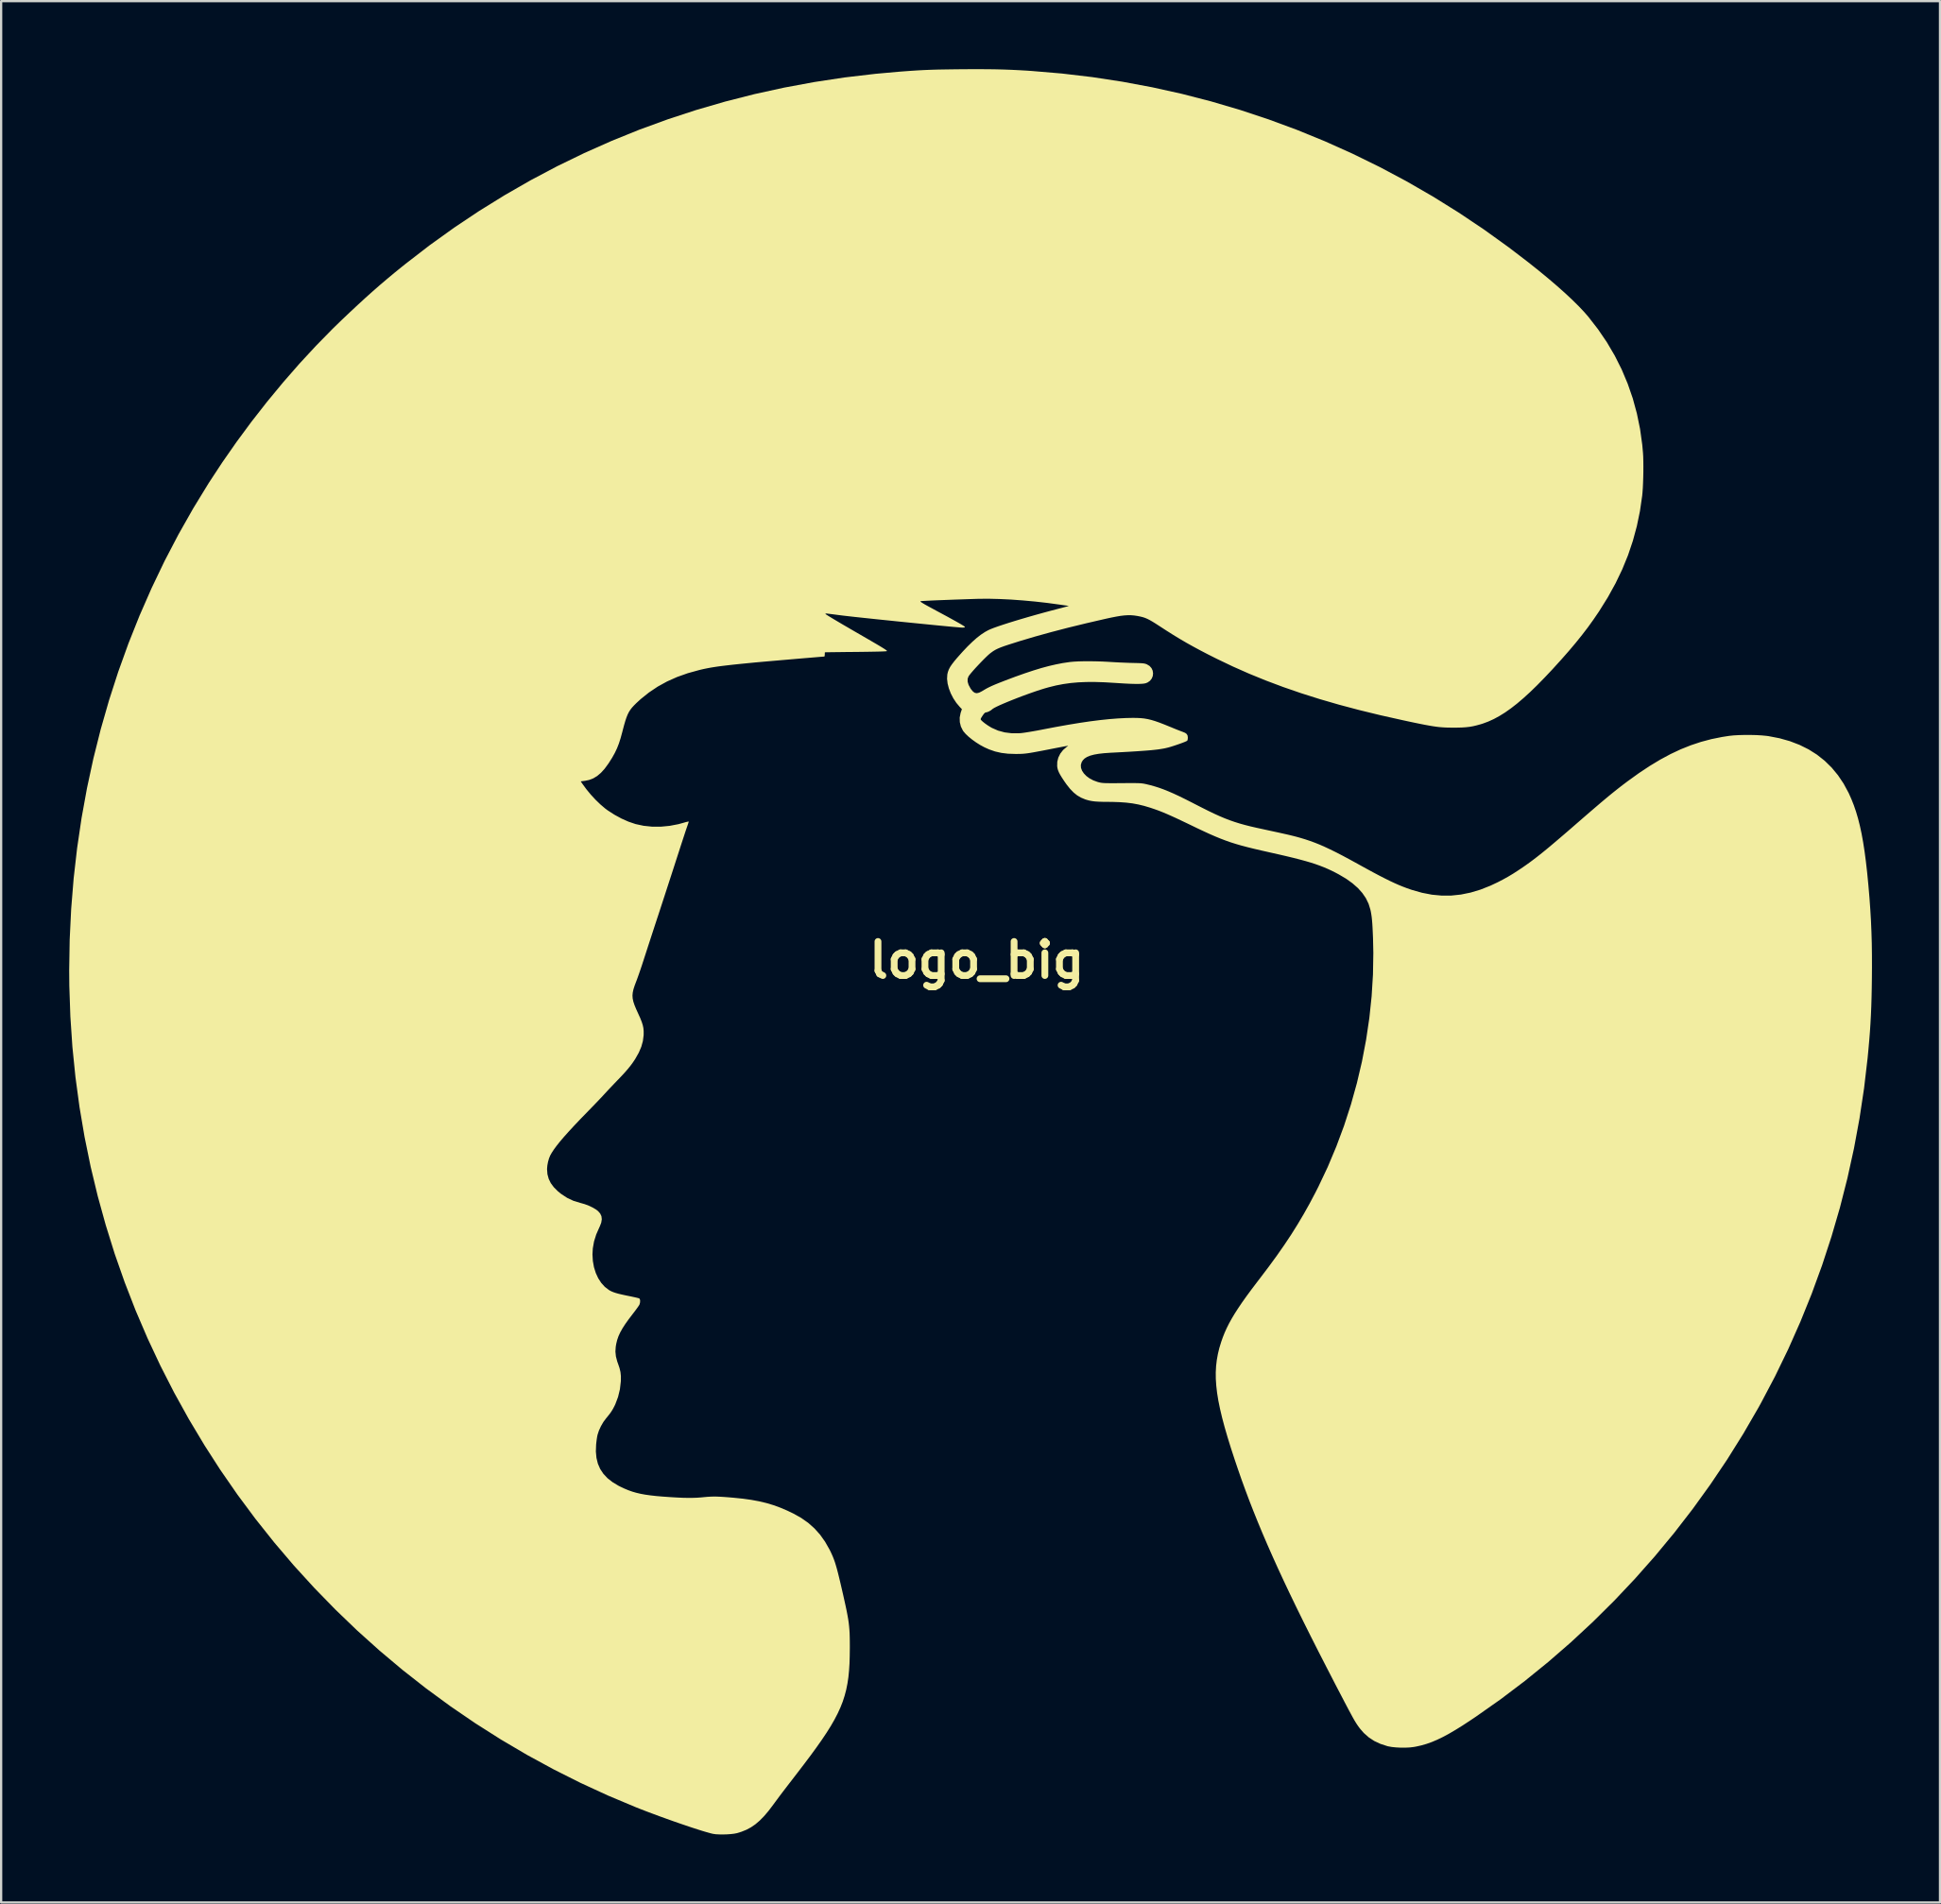
<source format=kicad_pcb>
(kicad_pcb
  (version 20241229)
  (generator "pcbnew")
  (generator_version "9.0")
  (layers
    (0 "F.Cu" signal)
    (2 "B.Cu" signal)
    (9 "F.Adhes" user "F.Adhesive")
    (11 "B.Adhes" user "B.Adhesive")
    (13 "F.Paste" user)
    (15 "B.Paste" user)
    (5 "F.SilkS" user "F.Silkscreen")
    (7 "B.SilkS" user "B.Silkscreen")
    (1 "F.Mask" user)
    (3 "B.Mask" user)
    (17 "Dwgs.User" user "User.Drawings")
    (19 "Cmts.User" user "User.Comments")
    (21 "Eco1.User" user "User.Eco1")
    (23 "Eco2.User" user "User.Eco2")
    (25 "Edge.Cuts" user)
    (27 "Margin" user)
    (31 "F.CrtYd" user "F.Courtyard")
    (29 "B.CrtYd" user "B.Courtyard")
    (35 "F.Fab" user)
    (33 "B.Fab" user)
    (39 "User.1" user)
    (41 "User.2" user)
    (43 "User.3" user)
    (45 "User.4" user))
  (footprint "logo_big"
    (layer "F.Cu")
    (at 40.015 39.282)
    (property "Reference" "logo_big" (at 0 0 0) (layer "F.SilkS") (effects (font (size 1.5 1.5) (thickness 0.3))))
    (attr board_only exclude_from_pos_files exclude_from_bom)
    (fp_poly (pts (xy 0.51 -39.28) (xy 0.86 -39.275) (xy 1.195 -39.266) (xy 1.522 -39.254) (xy 1.85 -39.238) (xy 2.186 -39.219) (xy 2.405 -39.204) (xy 3.754 -39.09) (xy 5.093 -38.932) (xy 6.421 -38.729) (xy 7.737 -38.483) (xy 9.04 -38.194) (xy 10.33 -37.861) (xy 11.607 -37.485) (xy 12.869 -37.066) (xy 14.115 -36.606) (xy 15.346 -36.103) (xy 16.56 -35.558) (xy 17.757 -34.971) (xy 18.935 -34.344) (xy 20.095 -33.675) (xy 21.234 -32.966) (xy 22.354 -32.216) (xy 23.453 -31.425) (xy 24.306 -30.773) (xy 24.764 -30.408) (xy 25.189 -30.058) (xy 25.58 -29.724) (xy 25.936 -29.407) (xy 26.256 -29.108) (xy 26.538 -28.829) (xy 26.783 -28.569) (xy 26.955 -28.371) (xy 27.385 -27.818) (xy 27.775 -27.246) (xy 28.123 -26.654) (xy 28.43 -26.043) (xy 28.695 -25.413) (xy 28.919 -24.766) (xy 29.1 -24.101) (xy 29.24 -23.419) (xy 29.337 -22.721) (xy 29.369 -22.368) (xy 29.379 -22.198) (xy 29.384 -21.994) (xy 29.386 -21.767) (xy 29.385 -21.526) (xy 29.38 -21.281) (xy 29.372 -21.042) (xy 29.362 -20.819) (xy 29.348 -20.623) (xy 29.334 -20.475) (xy 29.235 -19.794) (xy 29.098 -19.133) (xy 28.923 -18.487) (xy 28.71 -17.854) (xy 28.455 -17.23) (xy 28.159 -16.613) (xy 27.82 -15.998) (xy 27.436 -15.383) (xy 27.419 -15.357) (xy 27.184 -15.012) (xy 26.941 -14.674) (xy 26.682 -14.336) (xy 26.404 -13.99) (xy 26.1 -13.63) (xy 25.765 -13.249) (xy 25.753 -13.236) (xy 25.382 -12.827) (xy 25.032 -12.456) (xy 24.703 -12.12) (xy 24.392 -11.818) (xy 24.097 -11.549) (xy 23.816 -11.31) (xy 23.546 -11.1) (xy 23.287 -10.917) (xy 23.035 -10.761) (xy 22.79 -10.628) (xy 22.548 -10.518) (xy 22.308 -10.429) (xy 22.212 -10.399) (xy 22.038 -10.351) (xy 21.879 -10.313) (xy 21.724 -10.286) (xy 21.562 -10.268) (xy 21.382 -10.256) (xy 21.174 -10.251) (xy 21.034 -10.25) (xy 20.886 -10.251) (xy 20.751 -10.253) (xy 20.623 -10.258) (xy 20.497 -10.266) (xy 20.369 -10.277) (xy 20.234 -10.294) (xy 20.086 -10.316) (xy 19.922 -10.344) (xy 19.737 -10.378) (xy 19.525 -10.42) (xy 19.282 -10.47) (xy 19.003 -10.529) (xy 18.754 -10.583) (xy 17.784 -10.8) (xy 16.857 -11.026) (xy 15.968 -11.262) (xy 15.116 -11.509) (xy 14.296 -11.769) (xy 13.507 -12.041) (xy 12.745 -12.327) (xy 12.007 -12.628) (xy 11.29 -12.945) (xy 10.591 -13.279) (xy 10.557 -13.296) (xy 10.189 -13.481) (xy 9.855 -13.655) (xy 9.545 -13.822) (xy 9.249 -13.987) (xy 8.959 -14.157) (xy 8.666 -14.335) (xy 8.36 -14.528) (xy 8.075 -14.713) (xy 7.898 -14.828) (xy 7.75 -14.92) (xy 7.625 -14.992) (xy 7.516 -15.047) (xy 7.414 -15.09) (xy 7.313 -15.123) (xy 7.205 -15.149) (xy 7.084 -15.173) (xy 7.067 -15.176) (xy 6.93 -15.196) (xy 6.795 -15.207) (xy 6.655 -15.207) (xy 6.504 -15.198) (xy 6.335 -15.178) (xy 6.141 -15.145) (xy 5.917 -15.101) (xy 5.677 -15.049) (xy 4.833 -14.854) (xy 4.033 -14.659) (xy 3.277 -14.462) (xy 2.565 -14.265) (xy 1.895 -14.066) (xy 1.391 -13.906) (xy 1.202 -13.843) (xy 1.05 -13.787) (xy 0.924 -13.734) (xy 0.818 -13.681) (xy 0.723 -13.624) (xy 0.63 -13.557) (xy 0.581 -13.52) (xy 0.508 -13.457) (xy 0.414 -13.368) (xy 0.305 -13.261) (xy 0.189 -13.142) (xy 0.069 -13.016) (xy -0.048 -12.891) (xy -0.155 -12.772) (xy -0.247 -12.665) (xy -0.318 -12.578) (xy -0.362 -12.516) (xy -0.363 -12.516) (xy -0.405 -12.404) (xy -0.405 -12.277) (xy -0.363 -12.135) (xy -0.28 -11.982) (xy -0.246 -11.933) (xy -0.166 -11.839) (xy -0.086 -11.784) (xy 0.000298 -11.769) (xy 0.1 -11.792) (xy 0.219 -11.852) (xy 0.244 -11.867) (xy 0.346 -11.928) (xy 0.446 -11.985) (xy 0.551 -12.038) (xy 0.668 -12.093) (xy 0.805 -12.152) (xy 0.967 -12.218) (xy 1.162 -12.294) (xy 1.261 -12.333) (xy 1.706 -12.5) (xy 2.115 -12.645) (xy 2.494 -12.771) (xy 2.846 -12.878) (xy 3.176 -12.967) (xy 3.488 -13.039) (xy 3.786 -13.097) (xy 4.076 -13.14) (xy 4.112 -13.145) (xy 4.277 -13.16) (xy 4.48 -13.171) (xy 4.714 -13.177) (xy 4.969 -13.178) (xy 5.24 -13.174) (xy 5.517 -13.166) (xy 5.794 -13.152) (xy 5.907 -13.145) (xy 6.096 -13.134) (xy 6.31 -13.123) (xy 6.529 -13.114) (xy 6.736 -13.106) (xy 6.899 -13.102) (xy 7.062 -13.098) (xy 7.187 -13.094) (xy 7.281 -13.089) (xy 7.352 -13.082) (xy 7.406 -13.072) (xy 7.452 -13.059) (xy 7.496 -13.042) (xy 7.5 -13.04) (xy 7.617 -12.969) (xy 7.701 -12.874) (xy 7.752 -12.764) (xy 7.77 -12.645) (xy 7.757 -12.527) (xy 7.712 -12.415) (xy 7.636 -12.317) (xy 7.53 -12.242) (xy 7.448 -12.209) (xy 7.373 -12.193) (xy 7.271 -12.183) (xy 7.141 -12.178) (xy 6.978 -12.178) (xy 6.78 -12.183) (xy 6.545 -12.194) (xy 6.269 -12.211) (xy 6.079 -12.223) (xy 5.628 -12.25) (xy 5.214 -12.263) (xy 4.831 -12.262) (xy 4.474 -12.247) (xy 4.136 -12.217) (xy 3.811 -12.171) (xy 3.493 -12.11) (xy 3.176 -12.032) (xy 3.002 -11.983) (xy 2.824 -11.928) (xy 2.628 -11.864) (xy 2.42 -11.792) (xy 2.204 -11.715) (xy 1.984 -11.634) (xy 1.767 -11.551) (xy 1.556 -11.468) (xy 1.357 -11.387) (xy 1.175 -11.311) (xy 1.013 -11.24) (xy 0.878 -11.177) (xy 0.774 -11.124) (xy 0.706 -11.082) (xy 0.687 -11.067) (xy 0.618 -11.012) (xy 0.533 -10.964) (xy 0.449 -10.931) (xy 0.396 -10.922) (xy 0.358 -10.906) (xy 0.31 -10.858) (xy 0.25 -10.773) (xy 0.202 -10.698) (xy 0.176 -10.65) (xy 0.17 -10.62) (xy 0.179 -10.596) (xy 0.196 -10.576) (xy 0.266 -10.51) (xy 0.365 -10.432) (xy 0.48 -10.351) (xy 0.599 -10.277) (xy 0.665 -10.239) (xy 0.936 -10.12) (xy 1.229 -10.041) (xy 1.542 -10.002) (xy 1.874 -10.004) (xy 1.949 -10.009) (xy 2.042 -10.02) (xy 2.171 -10.039) (xy 2.328 -10.064) (xy 2.503 -10.094) (xy 2.688 -10.127) (xy 2.876 -10.163) (xy 2.905 -10.169) (xy 3.484 -10.28) (xy 4.023 -10.376) (xy 4.526 -10.459) (xy 4.994 -10.528) (xy 5.43 -10.583) (xy 5.839 -10.626) (xy 6.222 -10.656) (xy 6.582 -10.674) (xy 6.874 -10.68) (xy 7.056 -10.678) (xy 7.221 -10.67) (xy 7.377 -10.654) (xy 7.531 -10.628) (xy 7.69 -10.59) (xy 7.86 -10.539) (xy 8.049 -10.473) (xy 8.264 -10.39) (xy 8.512 -10.289) (xy 8.55 -10.274) (xy 8.685 -10.218) (xy 8.815 -10.165) (xy 8.93 -10.12) (xy 9.021 -10.085) (xy 9.073 -10.066) (xy 9.183 -10.021) (xy 9.254 -9.968) (xy 9.292 -9.899) (xy 9.303 -9.808) (xy 9.297 -9.737) (xy 9.283 -9.686) (xy 9.274 -9.673) (xy 9.233 -9.65) (xy 9.157 -9.617) (xy 9.054 -9.577) (xy 8.933 -9.533) (xy 8.802 -9.488) (xy 8.67 -9.444) (xy 8.546 -9.405) (xy 8.437 -9.374) (xy 8.424 -9.371) (xy 8.329 -9.348) (xy 8.227 -9.327) (xy 8.113 -9.308) (xy 7.985 -9.289) (xy 7.839 -9.272) (xy 7.673 -9.255) (xy 7.482 -9.239) (xy 7.263 -9.223) (xy 7.013 -9.206) (xy 6.729 -9.188) (xy 6.407 -9.17) (xy 6.044 -9.151) (xy 5.905 -9.144) (xy 5.618 -9.124) (xy 5.374 -9.097) (xy 5.168 -9.061) (xy 4.998 -9.015) (xy 4.861 -8.959) (xy 4.753 -8.891) (xy 4.673 -8.81) (xy 4.62 -8.723) (xy 4.586 -8.602) (xy 4.593 -8.477) (xy 4.639 -8.352) (xy 4.72 -8.23) (xy 4.832 -8.115) (xy 4.972 -8.012) (xy 5.136 -7.925) (xy 5.322 -7.857) (xy 5.373 -7.843) (xy 5.422 -7.831) (xy 5.471 -7.821) (xy 5.525 -7.814) (xy 5.59 -7.808) (xy 5.67 -7.804) (xy 5.771 -7.802) (xy 5.899 -7.801) (xy 6.058 -7.801) (xy 6.254 -7.802) (xy 6.395 -7.803) (xy 6.615 -7.805) (xy 6.795 -7.805) (xy 6.941 -7.805) (xy 7.058 -7.804) (xy 7.152 -7.801) (xy 7.228 -7.797) (xy 7.292 -7.79) (xy 7.35 -7.782) (xy 7.406 -7.771) (xy 7.467 -7.758) (xy 7.664 -7.71) (xy 7.855 -7.656) (xy 8.047 -7.595) (xy 8.245 -7.523) (xy 8.454 -7.439) (xy 8.679 -7.341) (xy 8.926 -7.226) (xy 9.199 -7.092) (xy 9.505 -6.937) (xy 9.599 -6.888) (xy 9.919 -6.725) (xy 10.206 -6.581) (xy 10.466 -6.456) (xy 10.706 -6.347) (xy 10.931 -6.252) (xy 11.149 -6.168) (xy 11.365 -6.093) (xy 11.586 -6.024) (xy 11.818 -5.959) (xy 12.067 -5.896) (xy 12.34 -5.833) (xy 12.575 -5.782) (xy 12.859 -5.72) (xy 13.104 -5.667) (xy 13.313 -5.622) (xy 13.491 -5.582) (xy 13.643 -5.548) (xy 13.774 -5.518) (xy 13.888 -5.49) (xy 13.989 -5.465) (xy 14.082 -5.441) (xy 14.173 -5.416) (xy 14.265 -5.39) (xy 14.269 -5.389) (xy 14.481 -5.325) (xy 14.691 -5.255) (xy 14.901 -5.178) (xy 15.118 -5.091) (xy 15.345 -4.991) (xy 15.586 -4.878) (xy 15.848 -4.749) (xy 16.133 -4.601) (xy 16.447 -4.433) (xy 16.794 -4.243) (xy 16.838 -4.218) (xy 17.174 -4.033) (xy 17.474 -3.87) (xy 17.744 -3.727) (xy 17.988 -3.602) (xy 18.21 -3.492) (xy 18.415 -3.396) (xy 18.605 -3.312) (xy 18.787 -3.238) (xy 18.963 -3.171) (xy 19.139 -3.11) (xy 19.188 -3.094) (xy 19.63 -2.969) (xy 20.064 -2.885) (xy 20.492 -2.845) (xy 20.917 -2.846) (xy 21.342 -2.891) (xy 21.769 -2.978) (xy 22.202 -3.108) (xy 22.643 -3.282) (xy 22.963 -3.433) (xy 23.2 -3.556) (xy 23.42 -3.678) (xy 23.64 -3.81) (xy 23.874 -3.961) (xy 23.929 -3.998) (xy 24.079 -4.099) (xy 24.224 -4.2) (xy 24.37 -4.305) (xy 24.518 -4.415) (xy 24.673 -4.533) (xy 24.836 -4.661) (xy 25.011 -4.802) (xy 25.202 -4.959) (xy 25.41 -5.134) (xy 25.64 -5.329) (xy 25.895 -5.547) (xy 26.177 -5.79) (xy 26.489 -6.062) (xy 26.506 -6.076) (xy 26.799 -6.331) (xy 27.062 -6.558) (xy 27.299 -6.761) (xy 27.512 -6.943) (xy 27.706 -7.106) (xy 27.884 -7.254) (xy 28.05 -7.389) (xy 28.208 -7.515) (xy 28.361 -7.635) (xy 28.512 -7.751) (xy 28.666 -7.867) (xy 28.694 -7.888) (xy 29.188 -8.244) (xy 29.665 -8.56) (xy 30.129 -8.84) (xy 30.583 -9.084) (xy 31.032 -9.295) (xy 31.48 -9.474) (xy 31.929 -9.623) (xy 32.385 -9.744) (xy 32.851 -9.838) (xy 33.164 -9.887) (xy 33.363 -9.908) (xy 33.595 -9.921) (xy 33.846 -9.928) (xy 34.105 -9.928) (xy 34.361 -9.922) (xy 34.601 -9.908) (xy 34.813 -9.888) (xy 34.903 -9.876) (xy 35.39 -9.782) (xy 35.847 -9.653) (xy 36.274 -9.489) (xy 36.672 -9.291) (xy 37.039 -9.059) (xy 37.378 -8.791) (xy 37.686 -8.49) (xy 37.964 -8.154) (xy 38.213 -7.783) (xy 38.432 -7.378) (xy 38.444 -7.353) (xy 38.559 -7.095) (xy 38.665 -6.827) (xy 38.762 -6.543) (xy 38.851 -6.242) (xy 38.932 -5.92) (xy 39.007 -5.573) (xy 39.075 -5.198) (xy 39.138 -4.792) (xy 39.196 -4.351) (xy 39.251 -3.871) (xy 39.302 -3.349) (xy 39.307 -3.295) (xy 39.353 -2.758) (xy 39.39 -2.244) (xy 39.42 -1.744) (xy 39.441 -1.247) (xy 39.456 -0.743) (xy 39.463 -0.221) (xy 39.464 0.328) (xy 39.461 0.764) (xy 39.455 1.225) (xy 39.446 1.649) (xy 39.434 2.046) (xy 39.418 2.424) (xy 39.398 2.793) (xy 39.374 3.161) (xy 39.344 3.538) (xy 39.309 3.931) (xy 39.273 4.309) (xy 39.116 5.649) (xy 38.915 6.98) (xy 38.671 8.301) (xy 38.383 9.61) (xy 38.053 10.907) (xy 37.679 12.19) (xy 37.264 13.458) (xy 36.807 14.71) (xy 36.308 15.945) (xy 35.768 17.162) (xy 35.187 18.36) (xy 34.566 19.537) (xy 34.457 19.734) (xy 33.789 20.886) (xy 33.083 22.015) (xy 32.339 23.12) (xy 31.56 24.2) (xy 30.745 25.254) (xy 29.896 26.28) (xy 29.014 27.277) (xy 28.101 28.244) (xy 27.158 29.179) (xy 26.185 30.082) (xy 25.184 30.951) (xy 24.156 31.785) (xy 23.102 32.583) (xy 22.024 33.342) (xy 21.768 33.514) (xy 21.424 33.74) (xy 21.109 33.936) (xy 20.819 34.106) (xy 20.55 34.251) (xy 20.297 34.373) (xy 20.057 34.475) (xy 19.825 34.557) (xy 19.597 34.623) (xy 19.368 34.674) (xy 19.268 34.692) (xy 19.095 34.713) (xy 18.898 34.723) (xy 18.691 34.723) (xy 18.485 34.712) (xy 18.296 34.693) (xy 18.135 34.664) (xy 18.105 34.657) (xy 17.797 34.557) (xy 17.523 34.429) (xy 17.279 34.269) (xy 17.062 34.077) (xy 16.911 33.905) (xy 16.856 33.834) (xy 16.805 33.764) (xy 16.754 33.689) (xy 16.701 33.606) (xy 16.643 33.51) (xy 16.578 33.395) (xy 16.503 33.257) (xy 16.414 33.093) (xy 16.31 32.896) (xy 16.211 32.708) (xy 15.804 31.927) (xy 15.42 31.183) (xy 15.057 30.474) (xy 14.714 29.797) (xy 14.391 29.149) (xy 14.087 28.53) (xy 13.8 27.936) (xy 13.53 27.365) (xy 13.275 26.815) (xy 13.035 26.284) (xy 12.808 25.769) (xy 12.593 25.268) (xy 12.39 24.779) (xy 12.197 24.3) (xy 12.013 23.829) (xy 11.838 23.362) (xy 11.669 22.898) (xy 11.508 22.435) (xy 11.377 22.048) (xy 11.206 21.526) (xy 11.056 21.041) (xy 10.925 20.591) (xy 10.814 20.174) (xy 10.722 19.785) (xy 10.648 19.422) (xy 10.593 19.082) (xy 10.556 18.762) (xy 10.536 18.459) (xy 10.534 18.171) (xy 10.549 17.894) (xy 10.581 17.625) (xy 10.629 17.361) (xy 10.692 17.1) (xy 10.772 16.838) (xy 10.774 16.831) (xy 10.846 16.627) (xy 10.926 16.426) (xy 11.017 16.225) (xy 11.119 16.02) (xy 11.236 15.809) (xy 11.369 15.586) (xy 11.521 15.35) (xy 11.693 15.095) (xy 11.889 14.819) (xy 12.11 14.519) (xy 12.359 14.19) (xy 12.496 14.011) (xy 12.878 13.507) (xy 13.229 13.026) (xy 13.554 12.561) (xy 13.856 12.107) (xy 14.139 11.656) (xy 14.408 11.203) (xy 14.667 10.741) (xy 14.92 10.263) (xy 15.057 9.993) (xy 15.472 9.116) (xy 15.849 8.218) (xy 16.19 7.301) (xy 16.492 6.37) (xy 16.755 5.426) (xy 16.979 4.473) (xy 17.162 3.514) (xy 17.305 2.552) (xy 17.406 1.59) (xy 17.465 0.632) (xy 17.481 -0.32) (xy 17.467 -0.969) (xy 17.456 -1.223) (xy 17.446 -1.437) (xy 17.435 -1.618) (xy 17.422 -1.771) (xy 17.408 -1.904) (xy 17.391 -2.021) (xy 17.372 -2.13) (xy 17.351 -2.228) (xy 17.271 -2.485) (xy 17.153 -2.729) (xy 16.996 -2.959) (xy 16.799 -3.179) (xy 16.561 -3.388) (xy 16.281 -3.589) (xy 15.956 -3.781) (xy 15.801 -3.863) (xy 15.631 -3.948) (xy 15.462 -4.026) (xy 15.29 -4.099) (xy 15.111 -4.168) (xy 14.921 -4.236) (xy 14.715 -4.302) (xy 14.489 -4.368) (xy 14.239 -4.436) (xy 13.961 -4.507) (xy 13.651 -4.582) (xy 13.305 -4.662) (xy 12.918 -4.749) (xy 12.901 -4.753) (xy 12.542 -4.834) (xy 12.221 -4.909) (xy 11.933 -4.98) (xy 11.67 -5.049) (xy 11.426 -5.12) (xy 11.194 -5.193) (xy 10.969 -5.272) (xy 10.744 -5.358) (xy 10.512 -5.453) (xy 10.266 -5.56) (xy 10.001 -5.682) (xy 9.71 -5.819) (xy 9.508 -5.917) (xy 9.224 -6.053) (xy 8.976 -6.171) (xy 8.759 -6.273) (xy 8.567 -6.36) (xy 8.396 -6.436) (xy 8.241 -6.502) (xy 8.096 -6.56) (xy 7.957 -6.613) (xy 7.818 -6.662) (xy 7.675 -6.71) (xy 7.636 -6.723) (xy 7.374 -6.801) (xy 7.118 -6.863) (xy 6.858 -6.911) (xy 6.585 -6.944) (xy 6.29 -6.965) (xy 5.965 -6.976) (xy 5.787 -6.977) (xy 5.562 -6.979) (xy 5.375 -6.985) (xy 5.217 -6.995) (xy 5.081 -7.012) (xy 4.96 -7.035) (xy 4.845 -7.066) (xy 4.776 -7.088) (xy 4.594 -7.164) (xy 4.425 -7.263) (xy 4.266 -7.391) (xy 4.11 -7.552) (xy 3.952 -7.751) (xy 3.852 -7.894) (xy 3.75 -8.049) (xy 3.673 -8.176) (xy 3.617 -8.282) (xy 3.579 -8.376) (xy 3.555 -8.463) (xy 3.542 -8.553) (xy 3.542 -8.554) (xy 3.547 -8.745) (xy 3.593 -8.93) (xy 3.68 -9.105) (xy 3.802 -9.263) (xy 3.958 -9.398) (xy 3.99 -9.42) (xy 4.006 -9.43) (xy 4.019 -9.439) (xy 4.024 -9.444) (xy 4.017 -9.447) (xy 3.995 -9.445) (xy 3.955 -9.439) (xy 3.892 -9.429) (xy 3.803 -9.412) (xy 3.683 -9.389) (xy 3.531 -9.36) (xy 3.34 -9.323) (xy 3.112 -9.278) (xy 2.875 -9.232) (xy 2.676 -9.195) (xy 2.51 -9.164) (xy 2.372 -9.14) (xy 2.254 -9.122) (xy 2.151 -9.109) (xy 2.057 -9.1) (xy 1.966 -9.094) (xy 1.873 -9.091) (xy 1.771 -9.09) (xy 1.699 -9.09) (xy 1.374 -9.101) (xy 1.079 -9.137) (xy 0.804 -9.2) (xy 0.539 -9.292) (xy 0.335 -9.384) (xy 0.151 -9.483) (xy -0.031 -9.598) (xy -0.203 -9.721) (xy -0.359 -9.847) (xy -0.49 -9.97) (xy -0.588 -10.084) (xy -0.614 -10.121) (xy -0.703 -10.301) (xy -0.75 -10.494) (xy -0.755 -10.693) (xy -0.716 -10.893) (xy -0.708 -10.919) (xy -0.658 -11.065) (xy -0.748 -11.159) (xy -0.902 -11.341) (xy -1.036 -11.543) (xy -1.147 -11.758) (xy -1.232 -11.978) (xy -1.288 -12.195) (xy -1.312 -12.402) (xy -1.301 -12.591) (xy -1.301 -12.595) (xy -1.275 -12.706) (xy -1.235 -12.814) (xy -1.176 -12.927) (xy -1.093 -13.049) (xy -0.984 -13.19) (xy -0.878 -13.316) (xy -0.633 -13.592) (xy -0.407 -13.831) (xy -0.197 -14.035) (xy -0.002 -14.208) (xy 0.184 -14.352) (xy 0.362 -14.469) (xy 0.502 -14.546) (xy 0.606 -14.593) (xy 0.751 -14.65) (xy 0.933 -14.715) (xy 1.148 -14.787) (xy 1.393 -14.866) (xy 1.663 -14.95) (xy 1.956 -15.038) (xy 2.267 -15.129) (xy 2.593 -15.222) (xy 2.93 -15.315) (xy 3.274 -15.408) (xy 3.591 -15.491) (xy 3.73 -15.527) (xy 3.852 -15.56) (xy 3.95 -15.586) (xy 4.019 -15.605) (xy 4.053 -15.616) (xy 4.055 -15.617) (xy 4.029 -15.62) (xy 3.965 -15.63) (xy 3.871 -15.643) (xy 3.754 -15.66) (xy 3.645 -15.676) (xy 3.105 -15.749) (xy 2.565 -15.81) (xy 2.029 -15.859) (xy 1.507 -15.897) (xy 1.005 -15.921) (xy 0.529 -15.933) (xy 0.088 -15.93) (xy -0.023 -15.927) (xy -0.354 -15.916) (xy -0.673 -15.905) (xy -0.976 -15.895) (xy -1.259 -15.884) (xy -1.521 -15.874) (xy -1.757 -15.865) (xy -1.966 -15.856) (xy -2.142 -15.847) (xy -2.285 -15.84) (xy -2.39 -15.834) (xy -2.454 -15.829) (xy -2.472 -15.826) (xy -2.484 -15.821) (xy -2.486 -15.812) (xy -2.473 -15.797) (xy -2.444 -15.775) (xy -2.395 -15.744) (xy -2.324 -15.701) (xy -2.227 -15.646) (xy -2.101 -15.577) (xy -1.944 -15.492) (xy -1.753 -15.388) (xy -1.537 -15.272) (xy -1.312 -15.151) (xy -1.11 -15.04) (xy -0.933 -14.942) (xy -0.786 -14.859) (xy -0.669 -14.791) (xy -0.586 -14.74) (xy -0.538 -14.708) (xy -0.528 -14.698) (xy -0.532 -14.676) (xy -0.56 -14.665) (xy -0.621 -14.661) (xy -0.645 -14.661) (xy -0.692 -14.663) (xy -0.78 -14.67) (xy -0.906 -14.681) (xy -1.067 -14.695) (xy -1.259 -14.713) (xy -1.478 -14.734) (xy -1.72 -14.757) (xy -1.983 -14.783) (xy -2.263 -14.811) (xy -2.555 -14.84) (xy -2.857 -14.87) (xy -3.164 -14.901) (xy -3.473 -14.932) (xy -3.781 -14.964) (xy -4.084 -14.995) (xy -4.378 -15.025) (xy -4.659 -15.055) (xy -4.925 -15.083) (xy -5.171 -15.109) (xy -5.394 -15.133) (xy -5.59 -15.155) (xy -5.756 -15.174) (xy -5.888 -15.189) (xy -5.951 -15.197) (xy -6.117 -15.218) (xy -6.27 -15.238) (xy -6.403 -15.255) (xy -6.511 -15.268) (xy -6.586 -15.278) (xy -6.623 -15.283) (xy -6.624 -15.283) (xy -6.665 -15.277) (xy -6.678 -15.265) (xy -6.66 -15.25) (xy -6.606 -15.215) (xy -6.519 -15.16) (xy -6.401 -15.088) (xy -6.257 -15.002) (xy -6.088 -14.902) (xy -5.899 -14.79) (xy -5.692 -14.67) (xy -5.471 -14.541) (xy -5.305 -14.445) (xy -5.031 -14.287) (xy -4.796 -14.151) (xy -4.595 -14.034) (xy -4.426 -13.935) (xy -4.288 -13.853) (xy -4.178 -13.786) (xy -4.093 -13.733) (xy -4.031 -13.692) (xy -3.989 -13.662) (xy -3.966 -13.641) (xy -3.959 -13.629) (xy -3.962 -13.624) (xy -3.994 -13.619) (xy -4.071 -13.613) (xy -4.191 -13.608) (xy -4.353 -13.603) (xy -4.556 -13.599) (xy -4.799 -13.595) (xy -5.081 -13.591) (xy -5.347 -13.588) (xy -5.59 -13.586) (xy -5.819 -13.584) (xy -6.03 -13.581) (xy -6.22 -13.579) (xy -6.383 -13.577) (xy -6.517 -13.575) (xy -6.616 -13.574) (xy -6.678 -13.572) (xy -6.698 -13.571) (xy -6.701 -13.548) (xy -6.703 -13.495) (xy -6.703 -13.475) (xy -6.708 -13.418) (xy -6.72 -13.386) (xy -6.725 -13.384) (xy -6.757 -13.382) (xy -6.829 -13.377) (xy -6.938 -13.368) (xy -7.079 -13.356) (xy -7.247 -13.342) (xy -7.437 -13.326) (xy -7.646 -13.309) (xy -7.867 -13.29) (xy -8.098 -13.27) (xy -8.332 -13.25) (xy -8.566 -13.23) (xy -8.795 -13.21) (xy -9.015 -13.191) (xy -9.22 -13.173) (xy -9.407 -13.157) (xy -9.57 -13.142) (xy -9.706 -13.13) (xy -9.804 -13.121) (xy -10.16 -13.086) (xy -10.474 -13.055) (xy -10.752 -13.026) (xy -10.997 -12.998) (xy -11.214 -12.972) (xy -11.407 -12.947) (xy -11.581 -12.921) (xy -11.74 -12.895) (xy -11.889 -12.867) (xy -12.031 -12.838) (xy -12.171 -12.806) (xy -12.233 -12.791) (xy -12.741 -12.651) (xy -13.214 -12.483) (xy -13.656 -12.286) (xy -14.069 -12.059) (xy -14.455 -11.8) (xy -14.819 -11.508) (xy -15.011 -11.332) (xy -15.113 -11.23) (xy -15.2 -11.135) (xy -15.273 -11.041) (xy -15.336 -10.943) (xy -15.392 -10.832) (xy -15.444 -10.704) (xy -15.495 -10.553) (xy -15.548 -10.371) (xy -15.606 -10.153) (xy -15.629 -10.063) (xy -15.703 -9.791) (xy -15.779 -9.553) (xy -15.863 -9.338) (xy -15.96 -9.134) (xy -16.074 -8.929) (xy -16.211 -8.713) (xy -16.243 -8.664) (xy -16.407 -8.44) (xy -16.571 -8.259) (xy -16.738 -8.117) (xy -16.911 -8.013) (xy -17.095 -7.943) (xy -17.268 -7.907) (xy -17.462 -7.881) (xy -17.391 -7.777) (xy -17.215 -7.536) (xy -17.019 -7.298) (xy -16.809 -7.071) (xy -16.596 -6.865) (xy -16.387 -6.687) (xy -16.28 -6.607) (xy -15.978 -6.412) (xy -15.666 -6.242) (xy -15.355 -6.104) (xy -15.053 -6.002) (xy -15.046 -5.999) (xy -14.69 -5.923) (xy -14.317 -5.884) (xy -13.932 -5.883) (xy -13.544 -5.92) (xy -13.157 -5.994) (xy -12.945 -6.052) (xy -12.848 -6.08) (xy -12.769 -6.1) (xy -12.717 -6.11) (xy -12.7 -6.109) (xy -12.707 -6.081) (xy -12.727 -6.02) (xy -12.755 -5.936) (xy -12.779 -5.867) (xy -12.801 -5.802) (xy -12.836 -5.7) (xy -12.881 -5.563) (xy -12.935 -5.398) (xy -12.997 -5.209) (xy -13.065 -5.001) (xy -13.136 -4.78) (xy -13.211 -4.549) (xy -13.248 -4.435) (xy -13.333 -4.171) (xy -13.429 -3.874) (xy -13.533 -3.554) (xy -13.642 -3.219) (xy -13.752 -2.88) (xy -13.861 -2.546) (xy -13.965 -2.227) (xy -14.061 -1.934) (xy -14.079 -1.881) (xy -14.164 -1.622) (xy -14.25 -1.359) (xy -14.335 -1.098) (xy -14.417 -0.846) (xy -14.495 -0.608) (xy -14.565 -0.391) (xy -14.627 -0.2) (xy -14.678 -0.043) (xy -14.707 0.046) (xy -14.764 0.222) (xy -14.825 0.404) (xy -14.886 0.581) (xy -14.943 0.742) (xy -14.992 0.877) (xy -15.018 0.944) (xy -15.087 1.128) (xy -15.138 1.287) (xy -15.169 1.429) (xy -15.181 1.561) (xy -15.172 1.693) (xy -15.142 1.832) (xy -15.091 1.985) (xy -15.018 2.162) (xy -14.923 2.371) (xy -14.923 2.371) (xy -14.837 2.561) (xy -14.773 2.723) (xy -14.728 2.864) (xy -14.7 2.996) (xy -14.688 3.127) (xy -14.688 3.268) (xy -14.69 3.315) (xy -14.722 3.568) (xy -14.792 3.82) (xy -14.902 4.078) (xy -15.052 4.344) (xy -15.085 4.396) (xy -15.173 4.526) (xy -15.266 4.652) (xy -15.369 4.78) (xy -15.487 4.918) (xy -15.626 5.07) (xy -15.793 5.246) (xy -15.836 5.29) (xy -15.957 5.416) (xy -16.086 5.552) (xy -16.214 5.686) (xy -16.328 5.809) (xy -16.417 5.905) (xy -16.493 5.988) (xy -16.596 6.097) (xy -16.717 6.225) (xy -16.853 6.366) (xy -16.995 6.513) (xy -17.138 6.66) (xy -17.191 6.715) (xy -17.492 7.024) (xy -17.759 7.306) (xy -17.994 7.561) (xy -18.199 7.79) (xy -18.375 7.997) (xy -18.523 8.182) (xy -18.644 8.347) (xy -18.74 8.493) (xy -18.809 8.615) (xy -18.861 8.743) (xy -18.905 8.897) (xy -18.935 9.059) (xy -18.947 9.208) (xy -18.947 9.222) (xy -18.93 9.44) (xy -18.875 9.642) (xy -18.783 9.832) (xy -18.649 10.013) (xy -18.474 10.188) (xy -18.325 10.309) (xy -18.061 10.482) (xy -17.781 10.613) (xy -17.482 10.704) (xy -17.29 10.758) (xy -17.102 10.829) (xy -16.929 10.912) (xy -16.782 11) (xy -16.705 11.06) (xy -16.607 11.169) (xy -16.55 11.29) (xy -16.534 11.424) (xy -16.558 11.575) (xy -16.623 11.744) (xy -16.64 11.779) (xy -16.779 12.095) (xy -16.876 12.404) (xy -16.93 12.711) (xy -16.945 12.974) (xy -16.928 13.263) (xy -16.879 13.538) (xy -16.799 13.794) (xy -16.691 14.027) (xy -16.557 14.233) (xy -16.399 14.407) (xy -16.218 14.545) (xy -16.179 14.568) (xy -16.103 14.607) (xy -16.018 14.642) (xy -15.917 14.676) (xy -15.792 14.711) (xy -15.639 14.747) (xy -15.45 14.788) (xy -15.345 14.809) (xy -15.209 14.837) (xy -15.088 14.863) (xy -14.988 14.886) (xy -14.917 14.904) (xy -14.883 14.915) (xy -14.855 14.953) (xy -14.843 15.02) (xy -14.849 15.102) (xy -14.872 15.185) (xy -14.875 15.192) (xy -14.9 15.233) (xy -14.947 15.302) (xy -15.013 15.393) (xy -15.091 15.498) (xy -15.175 15.607) (xy -15.354 15.842) (xy -15.503 16.051) (xy -15.625 16.241) (xy -15.722 16.416) (xy -15.798 16.582) (xy -15.855 16.746) (xy -15.896 16.913) (xy -15.919 17.047) (xy -15.933 17.26) (xy -15.911 17.474) (xy -15.852 17.699) (xy -15.816 17.799) (xy -15.751 17.99) (xy -15.71 18.164) (xy -15.692 18.34) (xy -15.693 18.536) (xy -15.694 18.569) (xy -15.735 18.921) (xy -15.817 19.26) (xy -15.937 19.58) (xy -15.978 19.666) (xy -16.046 19.794) (xy -16.117 19.91) (xy -16.201 20.026) (xy -16.306 20.157) (xy -16.343 20.201) (xy -16.463 20.362) (xy -16.571 20.548) (xy -16.66 20.742) (xy -16.721 20.927) (xy -16.722 20.931) (xy -16.739 21.015) (xy -16.757 21.128) (xy -16.773 21.255) (xy -16.784 21.36) (xy -16.795 21.666) (xy -16.769 21.947) (xy -16.706 22.203) (xy -16.604 22.437) (xy -16.463 22.649) (xy -16.282 22.842) (xy -16.059 23.017) (xy -15.795 23.176) (xy -15.701 23.223) (xy -15.528 23.304) (xy -15.359 23.374) (xy -15.19 23.434) (xy -15.014 23.485) (xy -14.826 23.529) (xy -14.622 23.567) (xy -14.394 23.599) (xy -14.138 23.628) (xy -13.847 23.653) (xy -13.518 23.676) (xy -13.476 23.679) (xy -13.195 23.695) (xy -12.95 23.706) (xy -12.733 23.71) (xy -12.535 23.709) (xy -12.347 23.703) (xy -12.161 23.69) (xy -12.016 23.676) (xy -11.88 23.664) (xy -11.752 23.656) (xy -11.624 23.652) (xy -11.489 23.652) (xy -11.338 23.658) (xy -11.165 23.668) (xy -10.962 23.683) (xy -10.728 23.703) (xy -10.317 23.745) (xy -9.943 23.797) (xy -9.598 23.861) (xy -9.275 23.938) (xy -8.965 24.031) (xy -8.661 24.142) (xy -8.354 24.273) (xy -8.093 24.398) (xy -7.747 24.591) (xy -7.436 24.809) (xy -7.159 25.055) (xy -6.911 25.331) (xy -6.691 25.641) (xy -6.494 25.988) (xy -6.452 26.071) (xy -6.397 26.189) (xy -6.347 26.303) (xy -6.301 26.42) (xy -6.257 26.544) (xy -6.214 26.682) (xy -6.169 26.838) (xy -6.122 27.018) (xy -6.07 27.228) (xy -6.011 27.474) (xy -5.966 27.669) (xy -5.894 27.981) (xy -5.833 28.255) (xy -5.78 28.495) (xy -5.736 28.706) (xy -5.7 28.895) (xy -5.67 29.066) (xy -5.647 29.225) (xy -5.63 29.377) (xy -5.617 29.528) (xy -5.608 29.682) (xy -5.603 29.846) (xy -5.6 30.024) (xy -5.599 30.222) (xy -5.599 30.325) (xy -5.603 30.681) (xy -5.613 31.012) (xy -5.633 31.323) (xy -5.662 31.617) (xy -5.704 31.897) (xy -5.758 32.167) (xy -5.827 32.43) (xy -5.911 32.69) (xy -6.013 32.95) (xy -6.134 33.214) (xy -6.275 33.485) (xy -6.437 33.767) (xy -6.623 34.063) (xy -6.833 34.377) (xy -7.069 34.712) (xy -7.332 35.072) (xy -7.624 35.46) (xy -7.786 35.672) (xy -7.908 35.831) (xy -8.035 35.996) (xy -8.159 36.158) (xy -8.276 36.309) (xy -8.378 36.442) (xy -8.459 36.547) (xy -8.466 36.556) (xy -8.564 36.685) (xy -8.678 36.835) (xy -8.796 36.995) (xy -8.91 37.148) (xy -8.975 37.237) (xy -9.18 37.508) (xy -9.377 37.74) (xy -9.569 37.936) (xy -9.76 38.099) (xy -9.956 38.234) (xy -10.162 38.344) (xy -10.381 38.432) (xy -10.576 38.492) (xy -10.693 38.515) (xy -10.843 38.533) (xy -11.012 38.545) (xy -11.189 38.55) (xy -11.359 38.548) (xy -11.51 38.54) (xy -11.63 38.523) (xy -11.632 38.523) (xy -11.752 38.494) (xy -11.909 38.45) (xy -12.1 38.393) (xy -12.319 38.324) (xy -12.563 38.245) (xy -12.826 38.157) (xy -13.103 38.062) (xy -13.391 37.962) (xy -13.684 37.857) (xy -13.979 37.751) (xy -14.269 37.643) (xy -14.552 37.537) (xy -14.821 37.433) (xy -15.026 37.352) (xy -16.26 36.834) (xy -17.473 36.275) (xy -18.665 35.676) (xy -19.835 35.039) (xy -20.982 34.363) (xy -22.105 33.65) (xy -23.202 32.901) (xy -24.274 32.115) (xy -25.319 31.295) (xy -26.336 30.44) (xy -27.324 29.552) (xy -28.282 28.631) (xy -29.21 27.678) (xy -30.107 26.695) (xy -30.971 25.68) (xy -31.802 24.636) (xy -32.598 23.564) (xy -33.36 22.463) (xy -34.045 21.398) (xy -34.736 20.244) (xy -35.386 19.071) (xy -35.995 17.879) (xy -36.561 16.671) (xy -37.086 15.446) (xy -37.568 14.205) (xy -38.008 12.95) (xy -38.404 11.681) (xy -38.758 10.399) (xy -39.069 9.105) (xy -39.336 7.8) (xy -39.559 6.485) (xy -39.738 5.161) (xy -39.873 3.827) (xy -39.963 2.486) (xy -40.009 1.139) (xy -40.015 0.456) (xy -39.993 -0.905) (xy -39.927 -2.258) (xy -39.818 -3.604) (xy -39.665 -4.94) (xy -39.469 -6.267) (xy -39.23 -7.583) (xy -38.949 -8.886) (xy -38.625 -10.177) (xy -38.259 -11.454) (xy -37.852 -12.715) (xy -37.403 -13.961) (xy -36.913 -15.19) (xy -36.382 -16.401) (xy -35.811 -17.594) (xy -35.199 -18.766) (xy -34.547 -19.917) (xy -33.865 -21.032) (xy -33.266 -21.944) (xy -32.635 -22.849) (xy -31.976 -23.741) (xy -31.292 -24.616) (xy -30.588 -25.468) (xy -29.869 -26.292) (xy -29.137 -27.083) (xy -28.398 -27.837) (xy -28.008 -28.216) (xy -27.634 -28.571) (xy -27.284 -28.897) (xy -26.953 -29.201) (xy -26.632 -29.488) (xy -26.317 -29.764) (xy -26 -30.033) (xy -25.676 -30.303) (xy -25.337 -30.578) (xy -25.191 -30.695) (xy -24.131 -31.513) (xy -23.048 -32.291) (xy -21.943 -33.029) (xy -20.816 -33.727) (xy -19.668 -34.386) (xy -18.5 -35.004) (xy -17.312 -35.581) (xy -16.105 -36.118) (xy -14.879 -36.614) (xy -13.635 -37.068) (xy -12.373 -37.482) (xy -11.095 -37.853) (xy -9.8 -38.183) (xy -8.489 -38.47) (xy -7.164 -38.715) (xy -5.823 -38.918) (xy -4.469 -39.077) (xy -3.42 -39.171) (xy -3.157 -39.191) (xy -2.922 -39.208) (xy -2.707 -39.222) (xy -2.506 -39.234) (xy -2.313 -39.244) (xy -2.119 -39.252) (xy -1.919 -39.259) (xy -1.705 -39.265) (xy -1.471 -39.269) (xy -1.209 -39.273) (xy -0.913 -39.277) (xy -0.707 -39.279) (xy -0.266 -39.282) (xy 0.137 -39.282)) (stroke (width 0) (type solid)) (fill yes) (layer "F.SilkS")))
  (gr_rect
    (start -3 -3)
    (end 82.479 80.832)
    (stroke (width 0.1) (type default))
    (fill no)
    (layer "Edge.Cuts")))
</source>
